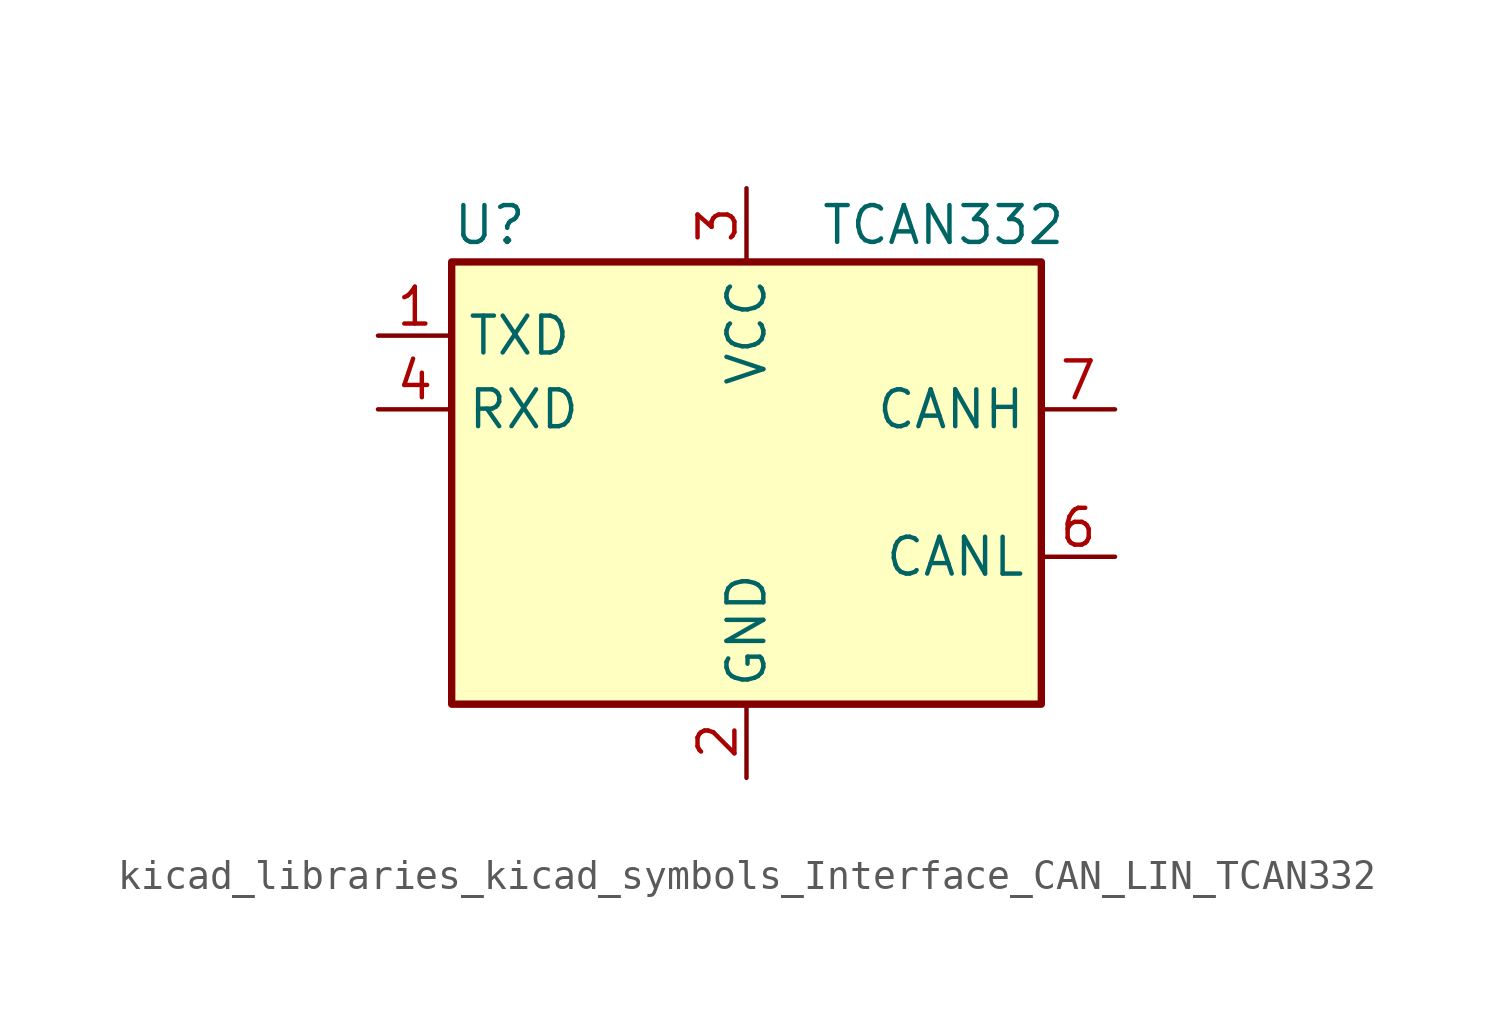
<source format=kicad_sym>
(kicad_symbol_lib
  (version 20220914)
  (generator kicad_symbol_editor)
  (symbol "kicad_libraries_kicad_symbols_Interface_CAN_LIN_TCAN332"
    (property "Reference" "U"
      (at -10.16 8.89 0)
      (effects (font (size 1.27 1.27)) (justify left)))
    (property "Value" "TCAN332"
      (at 2.54 8.89 0)
      (effects (font (size 1.27 1.27)) (justify left)))
    (symbol "kicad_libraries_kicad_symbols_Interface_CAN_LIN_TCAN332_0_1"
      (rectangle (start -10.16 7.62) (end 10.16 -7.62) (stroke (width 0.254) (type default)) (fill (type background))))
    (symbol "kicad_libraries_kicad_symbols_Interface_CAN_LIN_TCAN332_1_1"
      (pin input line (at -12.7 5.08 0) (length 2.54) (name "TXD" (effects (font (size 1.27 1.27)))) (number "1" (effects (font (size 1.27 1.27)))))
      (pin power_in line (at 0 -10.16 90) (length 2.54) (name "GND" (effects (font (size 1.27 1.27)))) (number "2" (effects (font (size 1.27 1.27)))))
      (pin power_in line (at 0 10.16 270) (length 2.54) (name "VCC" (effects (font (size 1.27 1.27)))) (number "3" (effects (font (size 1.27 1.27)))))
      (pin tri_state line (at -12.7 2.54 0) (length 2.54) (name "RXD" (effects (font (size 1.27 1.27)))) (number "4" (effects (font (size 1.27 1.27)))))
      (pin no_connect line (at -10.16 -2.54 0) (length 2.54) hide (name "NC" (effects (font (size 1.27 1.27)))) (number "5" (effects (font (size 1.27 1.27)))))
      (pin bidirectional line (at 12.7 -2.54 180) (length 2.54) (name "CANL" (effects (font (size 1.27 1.27)))) (number "6" (effects (font (size 1.27 1.27)))))
      (pin bidirectional line (at 12.7 2.54 180) (length 2.54) (name "CANH" (effects (font (size 1.27 1.27)))) (number "7" (effects (font (size 1.27 1.27)))))
      (pin no_connect line (at -10.16 -5.08 0) (length 2.54) hide (name "NC" (effects (font (size 1.27 1.27)))) (number "8" (effects (font (size 1.27 1.27))))))))
</source>
